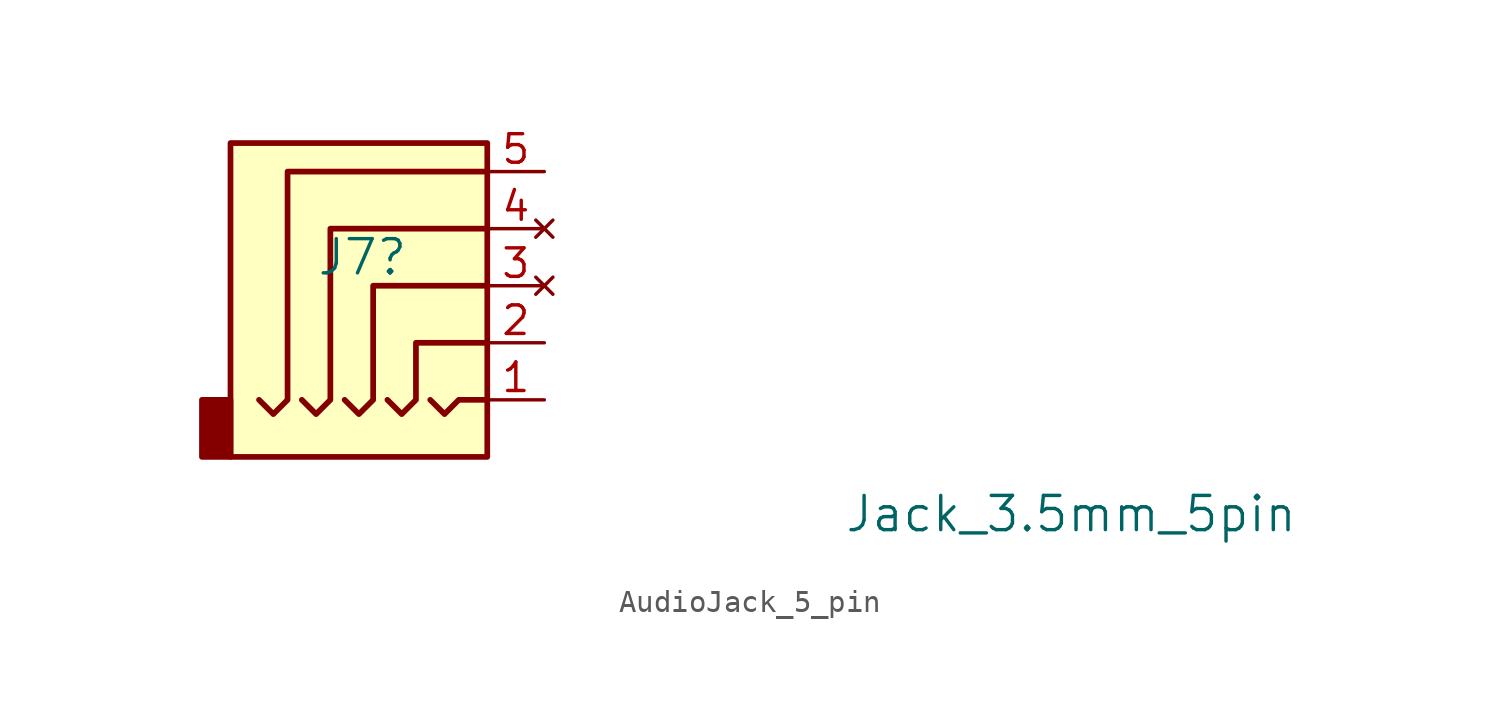
<source format=kicad_sym>
(kicad_symbol_lib
  (version 20220914)
  (generator kicad_symbol_editor)
  (symbol "AudioJack_5_pin"
    (property "Reference" "J7"
      (at -5.08 1.27 0)
      (effects (font (size 1.524 1.524)) (justify left)))
    (property "Value" "Jack_3.5mm_5pin"
      (at 18.415 -10.16 0)
      (effects (font (size 1.524 1.524)) (justify left)))
    (symbol "AudioJack_5_pin_0_1"
      (rectangle (start -8.89 -5.08) (end -10.16 -7.62) (stroke (width 0.254) (type default)) (fill (type outline)))
      (polyline (pts (xy 0 -5.08) (xy 0.635 -5.715) (xy 1.27 -5.08) (xy 2.54 -5.08)) (stroke (width 0.254) (type default)) (fill (type none)))
      (polyline (pts (xy -5.715 -5.08) (xy -5.08 -5.715) (xy -4.445 -5.08) (xy -4.445 2.54) (xy 2.54 2.54)) (stroke (width 0.254) (type default)) (fill (type none)))
      (polyline (pts (xy -1.905 -5.08) (xy -1.27 -5.715) (xy -0.635 -5.08) (xy -0.635 -2.54) (xy 2.54 -2.54)) (stroke (width 0.254) (type default)) (fill (type none)))
      (polyline (pts (xy 2.54 0) (xy -2.54 0) (xy -2.54 -5.08) (xy -3.175 -5.715) (xy -3.81 -5.08)) (stroke (width 0.254) (type default)) (fill (type none)))
      (polyline (pts (xy 2.54 5.08) (xy -6.35 5.08) (xy -6.35 -5.08) (xy -6.985 -5.715) (xy -7.62 -5.08)) (stroke (width 0.254) (type default)) (fill (type none)))
      (rectangle (start 2.54 6.35) (end -8.89 -7.62) (stroke (width 0.254) (type default)) (fill (type background))))
    (symbol "AudioJack_5_pin_1_1"
      (pin passive line (at 5.08 -5.08 180) (length 2.54) (name "~" (effects (font (size 1.27 1.27)))) (number "1" (effects (font (size 1.27 1.27)))))
      (pin passive line (at 5.08 -2.54 180) (length 2.54) (name "" (effects (font (size 1.27 1.27)))) (number "2" (effects (font (size 1.27 1.27)))))
      (pin no_connect line (at 5.08 0 180) (length 2.54) (name "" (effects (font (size 1.27 1.27)))) (number "3" (effects (font (size 1.27 1.27)))))
      (pin no_connect line (at 5.08 2.54 180) (length 2.54) (name "" (effects (font (size 1.27 1.27)))) (number "4" (effects (font (size 1.27 1.27)))))
      (pin passive line (at 5.08 5.08 180) (length 2.54) (name "" (effects (font (size 1.27 1.27)))) (number "5" (effects (font (size 1.27 1.27))))))))
</source>
